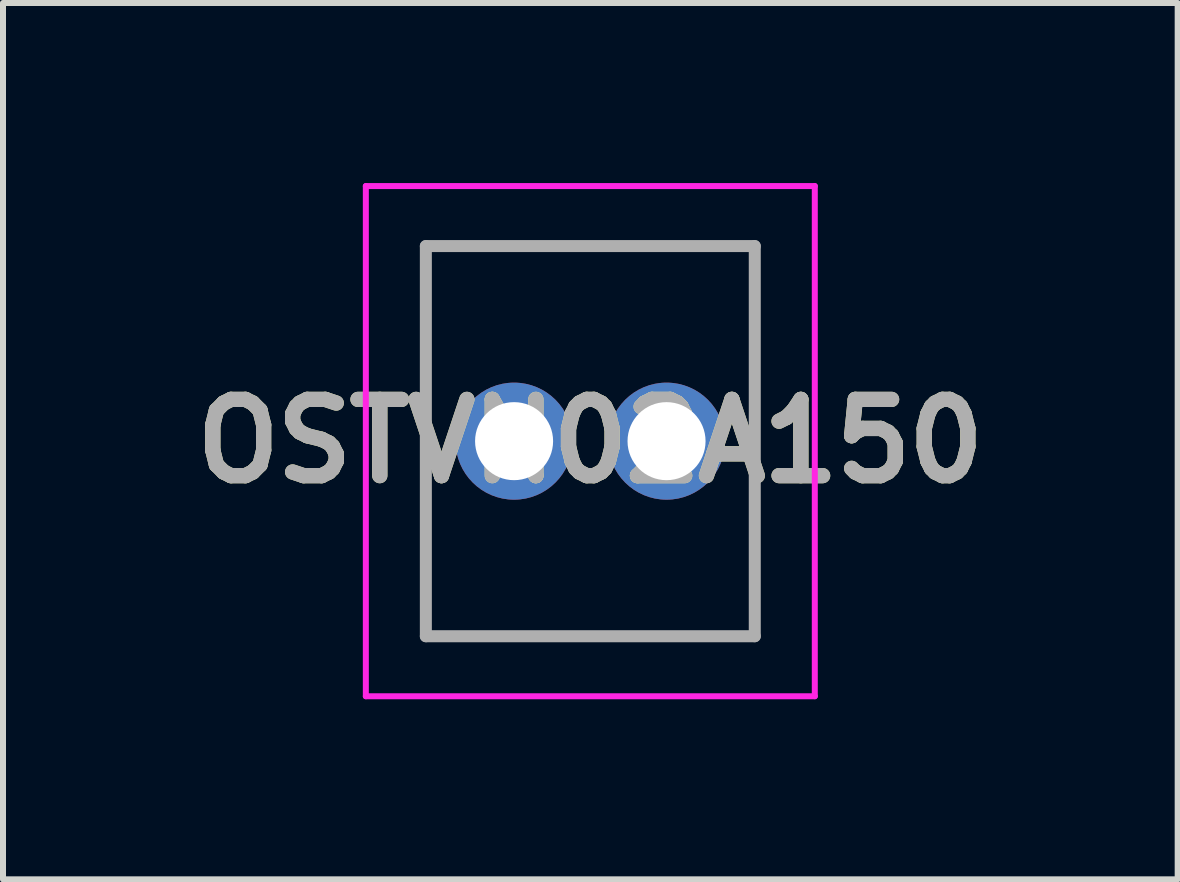
<source format=kicad_pcb>
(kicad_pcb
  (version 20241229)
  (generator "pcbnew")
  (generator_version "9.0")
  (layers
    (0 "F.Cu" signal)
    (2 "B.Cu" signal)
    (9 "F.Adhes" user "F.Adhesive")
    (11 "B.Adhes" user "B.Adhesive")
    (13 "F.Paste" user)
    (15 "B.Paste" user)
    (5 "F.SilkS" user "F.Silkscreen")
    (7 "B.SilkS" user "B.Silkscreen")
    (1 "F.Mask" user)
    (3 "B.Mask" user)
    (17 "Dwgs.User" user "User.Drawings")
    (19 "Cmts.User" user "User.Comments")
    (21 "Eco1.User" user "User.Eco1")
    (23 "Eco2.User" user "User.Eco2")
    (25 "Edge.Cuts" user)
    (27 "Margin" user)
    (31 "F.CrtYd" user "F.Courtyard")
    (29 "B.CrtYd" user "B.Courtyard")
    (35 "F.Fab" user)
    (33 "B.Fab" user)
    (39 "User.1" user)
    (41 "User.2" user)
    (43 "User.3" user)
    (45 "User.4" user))
  (footprint "OSTVN02A150"
    (layer "F.Cu")
    (at 5.515 4.3)
    (property "Reference" "OSTVN02A150" (at 1.27 0 0) (layer "F.SilkS") (effects (font (size 1.27 1.27) (thickness 0.254))))
    (attr through_hole)
    (fp_line (start -1.47 -3.25) (end 4.01 -3.25) (stroke (width 0.1) (type solid)) (layer "F.SilkS"))
    (fp_line (start -1.47 3.25) (end -1.47 -3.25) (stroke (width 0.1) (type solid)) (layer "F.SilkS"))
    (fp_line (start 4.01 -3.25) (end 4.01 3.25) (stroke (width 0.1) (type solid)) (layer "F.SilkS"))
    (fp_line (start 4.01 3.25) (end -1.47 3.25) (stroke (width 0.1) (type solid)) (layer "F.SilkS"))
    (fp_line (start -2.47 -4.25) (end 5.01 -4.25) (stroke (width 0.1) (type solid)) (layer "F.CrtYd"))
    (fp_line (start -2.47 4.25) (end -2.47 -4.25) (stroke (width 0.1) (type solid)) (layer "F.CrtYd"))
    (fp_line (start 5.01 -4.25) (end 5.01 4.25) (stroke (width 0.1) (type solid)) (layer "F.CrtYd"))
    (fp_line (start 5.01 4.25) (end -2.47 4.25) (stroke (width 0.1) (type solid)) (layer "F.CrtYd"))
    (fp_line (start -1.47 -3.25) (end 4.01 -3.25) (stroke (width 0.2) (type solid)) (layer "F.Fab"))
    (fp_line (start -1.47 3.25) (end -1.47 -3.25) (stroke (width 0.2) (type solid)) (layer "F.Fab"))
    (fp_line (start 4.01 -3.25) (end 4.01 3.25) (stroke (width 0.2) (type solid)) (layer "F.Fab"))
    (fp_line (start 4.01 3.25) (end -1.47 3.25) (stroke (width 0.2) (type solid)) (layer "F.Fab"))
    (fp_text user "${REFERENCE}" (at 1.27 0 0) (layer "F.Fab") (effects (font (size 1.27 1.27) (thickness 0.254))))
    (pad "1" thru_hole circle (at 0 0) (size 1.95 1.95) (drill 1.3) (layers "*.Cu" "*.Mask"))
    (pad "2" thru_hole circle (at 2.54 0) (size 1.95 1.95) (drill 1.3) (layers "*.Cu" "*.Mask")))
  (gr_rect
    (start -3 -3)
    (end 16.571 11.6)
    (stroke (width 0.1) (type default))
    (fill no)
    (layer "Edge.Cuts")))
</source>
